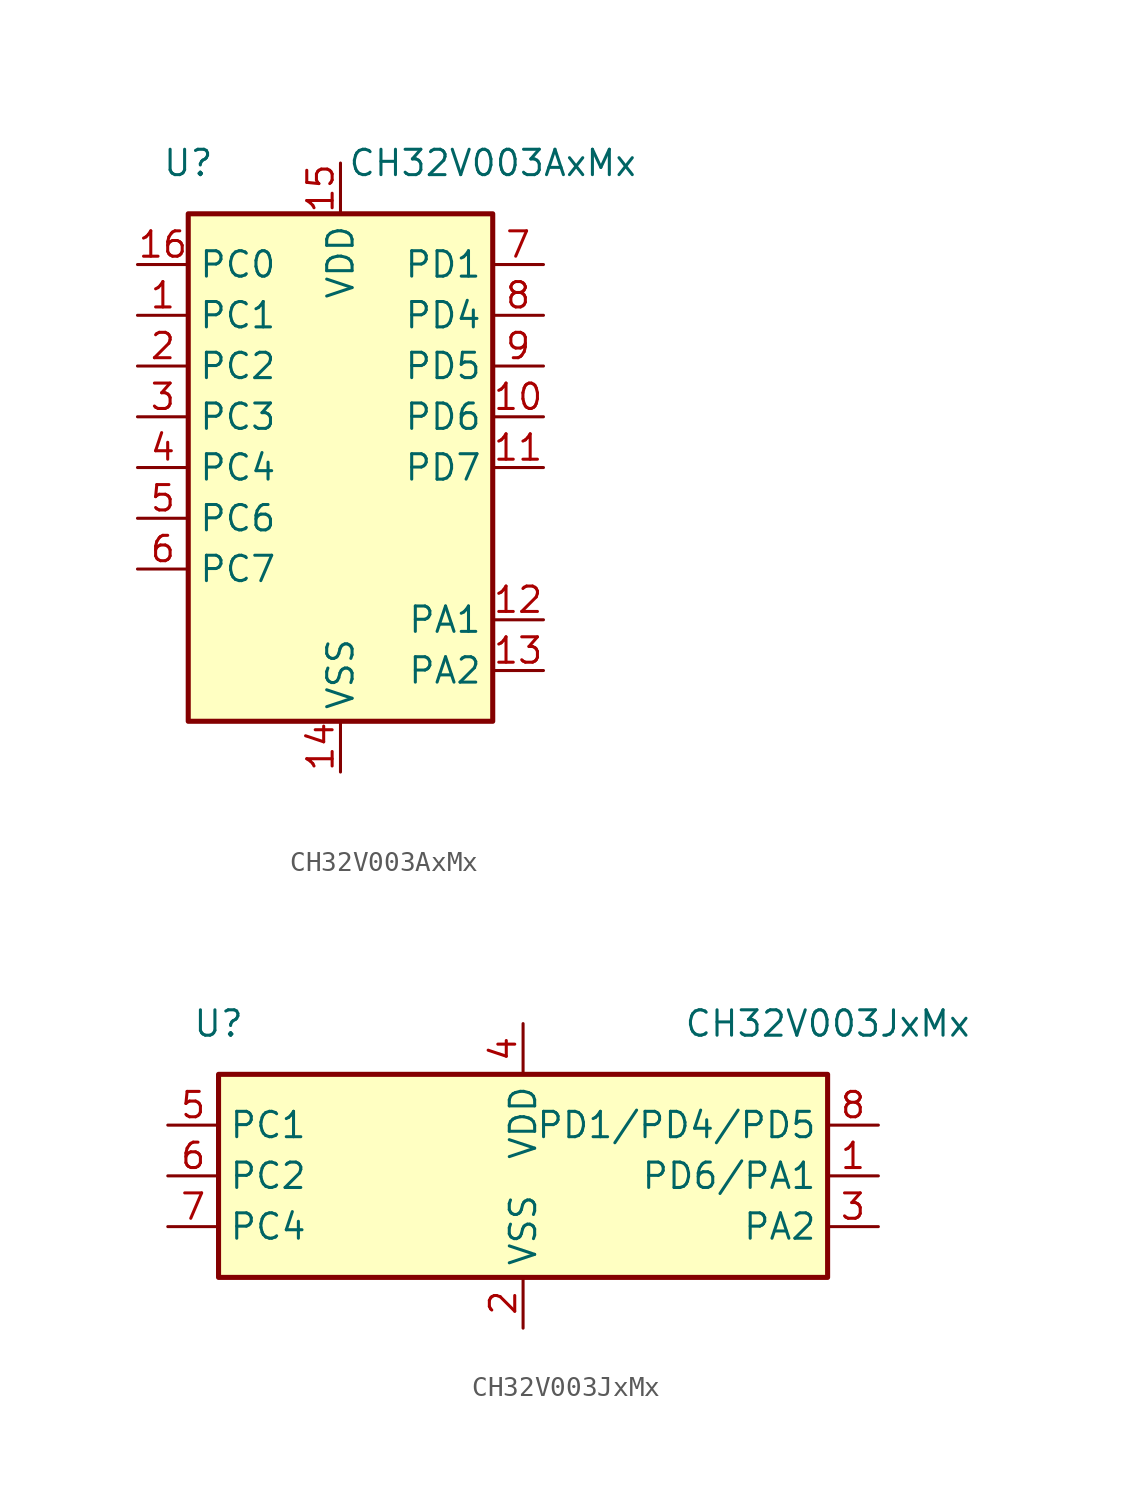
<source format=kicad_sym>
(kicad_symbol_lib
  (version 20241209)
  (generator "kicad_symbol_editor")
  (generator_version "9.0")
  (symbol "CH32V003AxMx"
    (property "Reference" "U"
      (at -7.62 15.24 0)
      (effects (font (size 1.27 1.27))))
    (property "Value" "CH32V003AxMx"
      (at 7.62 15.24 0)
      (effects (font (size 1.27 1.27))))
    (symbol "CH32V003AxMx_1_1"
      (rectangle (start -7.62 12.7) (end 7.62 -12.7) (stroke (width 0.254) (type default)) (fill (type background)))
      (pin bidirectional line (at -10.16 10.16 0) (length 2.54) (name "PC0" (effects (font (size 1.27 1.27)))) (number "16" (effects (font (size 1.27 1.27)))) (alternate "NSS_1" bidirectional line) (alternate "T1CH3_1" bidirectional line) (alternate "T2CH3" bidirectional line) (alternate "T2CH3_2" bidirectional line) (alternate "UTX_3" bidirectional line))
      (pin bidirectional line (at -10.16 7.62 0) (length 2.54) (name "PC1" (effects (font (size 1.27 1.27)))) (number "1" (effects (font (size 1.27 1.27)))) (alternate "NSS" bidirectional line) (alternate "SDA" bidirectional line) (alternate "T1BKIN_1" bidirectional line) (alternate "T1BKIN_3" bidirectional line) (alternate "T2CH1ETR_2" bidirectional line) (alternate "T2CH1ETR_3" bidirectional line) (alternate "T2CH4_1" bidirectional line) (alternate "URX_3" bidirectional line))
      (pin bidirectional line (at -10.16 5.08 0) (length 2.54) (name "PC2" (effects (font (size 1.27 1.27)))) (number "2" (effects (font (size 1.27 1.27)))) (alternate "AETR_1" bidirectional line) (alternate "SCL" bidirectional line) (alternate "T1BKIN" bidirectional line) (alternate "T1BKIN_2" bidirectional line) (alternate "T1ETR_3" bidirectional line) (alternate "T2CH2_1" bidirectional line) (alternate "URTS" bidirectional line) (alternate "URTS_1" bidirectional line))
      (pin bidirectional line (at -10.16 2.54 0) (length 2.54) (name "PC3" (effects (font (size 1.27 1.27)))) (number "3" (effects (font (size 1.27 1.27)))) (alternate "T1CH1N_1" bidirectional line) (alternate "T1CH1N_3" bidirectional line) (alternate "T1CH3" bidirectional line) (alternate "T1CH3_2" bidirectional line) (alternate "UCTS_1" bidirectional line))
      (pin bidirectional line (at -10.16 0 0) (length 2.54) (name "PC4" (effects (font (size 1.27 1.27)))) (number "4" (effects (font (size 1.27 1.27)))) (alternate "A2" bidirectional line) (alternate "MCO" bidirectional line) (alternate "T1CH1_3" bidirectional line) (alternate "T1CH2N_1" bidirectional line) (alternate "T1CH4" bidirectional line) (alternate "T1CH4_2" bidirectional line))
      (pin bidirectional line (at -10.16 -2.54 0) (length 2.54) (name "PC6" (effects (font (size 1.27 1.27)))) (number "5" (effects (font (size 1.27 1.27)))) (alternate "MOSI" bidirectional line) (alternate "MOSI_1" bidirectional line) (alternate "SDA_2" bidirectional line) (alternate "SDA_3" bidirectional line) (alternate "T1CH1_1" bidirectional line) (alternate "T1CH3N_3" bidirectional line) (alternate "UCTS_2" bidirectional line) (alternate "UCTS_3" bidirectional line))
      (pin bidirectional line (at -10.16 -5.08 0) (length 2.54) (name "PC7" (effects (font (size 1.27 1.27)))) (number "6" (effects (font (size 1.27 1.27)))) (alternate "MISO" bidirectional line) (alternate "MISO_1" bidirectional line) (alternate "T1CH2_1" bidirectional line) (alternate "T1CH2_3" bidirectional line) (alternate "T2CH2_3" bidirectional line) (alternate "URTS_2" bidirectional line) (alternate "URTS_3" bidirectional line))
      (pin power_in line (at 0 15.24 270) (length 2.54) (name "VDD" (effects (font (size 1.27 1.27)))) (number "15" (effects (font (size 1.27 1.27)))))
      (pin power_in line (at 0 -15.24 90) (length 2.54) (name "VSS" (effects (font (size 1.27 1.27)))) (number "14" (effects (font (size 1.27 1.27)))))
      (pin bidirectional line (at 10.16 10.16 180) (length 2.54) (name "PD1" (effects (font (size 1.27 1.27)))) (number "7" (effects (font (size 1.27 1.27)))) (alternate "AETR2" bidirectional line) (alternate "SCL_1" bidirectional line) (alternate "SWIO" bidirectional line) (alternate "T1CH3N" bidirectional line) (alternate "T1CH3N_1" bidirectional line) (alternate "T1CH3N_2" bidirectional line) (alternate "URX_1" bidirectional line))
      (pin bidirectional line (at 10.16 7.62 180) (length 2.54) (name "PD4" (effects (font (size 1.27 1.27)))) (number "8" (effects (font (size 1.27 1.27)))) (alternate "A7" bidirectional line) (alternate "OPO" bidirectional line) (alternate "T1CH4_3" bidirectional line) (alternate "T2CH1ETR" bidirectional line) (alternate "TIETR_2" bidirectional line) (alternate "UCK" bidirectional line))
      (pin bidirectional line (at 10.16 5.08 180) (length 2.54) (name "PD5" (effects (font (size 1.27 1.27)))) (number "9" (effects (font (size 1.27 1.27)))) (alternate "A5" bidirectional line) (alternate "T2CH4_3" bidirectional line) (alternate "URX_2" bidirectional line) (alternate "UTX" bidirectional line))
      (pin bidirectional line (at 10.16 2.54 180) (length 2.54) (name "PD6" (effects (font (size 1.27 1.27)))) (number "10" (effects (font (size 1.27 1.27)))) (alternate "A6" bidirectional line) (alternate "T2CH3_3" bidirectional line) (alternate "URX" bidirectional line) (alternate "UTX_2" bidirectional line))
      (pin bidirectional line (at 10.16 0 180) (length 2.54) (name "PD7" (effects (font (size 1.27 1.27)))) (number "11" (effects (font (size 1.27 1.27)))) (alternate "NRST" bidirectional line) (alternate "OPP1" bidirectional line) (alternate "T2CH4" bidirectional line) (alternate "T2CH4_2" bidirectional line) (alternate "UCK_1" bidirectional line) (alternate "UCK_2" bidirectional line))
      (pin bidirectional line (at 10.16 -7.62 180) (length 2.54) (name "PA1" (effects (font (size 1.27 1.27)))) (number "12" (effects (font (size 1.27 1.27)))) (alternate "A1" bidirectional line) (alternate "OPN0" bidirectional line) (alternate "OSCI" bidirectional line) (alternate "T1CH2" bidirectional line) (alternate "T1CH2_2" bidirectional line))
      (pin bidirectional line (at 10.16 -10.16 180) (length 2.54) (name "PA2" (effects (font (size 1.27 1.27)))) (number "13" (effects (font (size 1.27 1.27)))) (alternate "A0" bidirectional line) (alternate "AETR2_1" bidirectional line) (alternate "OPP0" bidirectional line) (alternate "OSCO" bidirectional line) (alternate "TICH2N" bidirectional line) (alternate "TICH2N_2" bidirectional line))))
  (symbol "CH32V003JxMx"
    (property "Reference" "U"
      (at -15.24 7.62 0)
      (effects (font (size 1.27 1.27))))
    (property "Value" "CH32V003JxMx"
      (at 15.24 7.62 0)
      (effects (font (size 1.27 1.27))))
    (symbol "CH32V003JxMx_1_1"
      (rectangle (start -15.24 5.08) (end 15.24 -5.08) (stroke (width 0.254) (type default)) (fill (type background)))
      (pin bidirectional line (at -17.78 2.54 0) (length 2.54) (name "PC1" (effects (font (size 1.27 1.27)))) (number "5" (effects (font (size 1.27 1.27)))) (alternate "NSS" bidirectional line) (alternate "SDA" bidirectional line) (alternate "T1BKIN_1" bidirectional line) (alternate "T1BKIN_3" bidirectional line) (alternate "T2CH1ETR_2" bidirectional line) (alternate "T2CH1ETR_3" bidirectional line) (alternate "T2CH4_1" bidirectional line) (alternate "URX_3" bidirectional line))
      (pin bidirectional line (at -17.78 0 0) (length 2.54) (name "PC2" (effects (font (size 1.27 1.27)))) (number "6" (effects (font (size 1.27 1.27)))) (alternate "AETR_1" bidirectional line) (alternate "SCL" bidirectional line) (alternate "T1BKIN" bidirectional line) (alternate "T1BKIN_2" bidirectional line) (alternate "T1ETR_3" bidirectional line) (alternate "T2CH2_1" bidirectional line) (alternate "URTS" bidirectional line) (alternate "URTS_1" bidirectional line))
      (pin bidirectional line (at -17.78 -2.54 0) (length 2.54) (name "PC4" (effects (font (size 1.27 1.27)))) (number "7" (effects (font (size 1.27 1.27)))) (alternate "A2" bidirectional line) (alternate "MCO" bidirectional line) (alternate "T1CH1_3" bidirectional line) (alternate "T1CH2N_1" bidirectional line) (alternate "T1CH4" bidirectional line) (alternate "T1CH4_2" bidirectional line))
      (pin power_in line (at 0 7.62 270) (length 2.54) (name "VDD" (effects (font (size 1.27 1.27)))) (number "4" (effects (font (size 1.27 1.27)))))
      (pin power_in line (at 0 -7.62 90) (length 2.54) (name "VSS" (effects (font (size 1.27 1.27)))) (number "2" (effects (font (size 1.27 1.27)))))
      (pin bidirectional line (at 17.78 2.54 180) (length 2.54) (name "PD1/PD4/PD5" (effects (font (size 1.27 1.27)))) (number "8" (effects (font (size 1.27 1.27)))) (alternate "A5" bidirectional line) (alternate "A7" bidirectional line) (alternate "AETR2" bidirectional line) (alternate "OPO" bidirectional line) (alternate "SCL_1" bidirectional line) (alternate "SWIO" bidirectional line) (alternate "T1CH3N" bidirectional line) (alternate "T1CH3N_1" bidirectional line) (alternate "T1CH3N_2" bidirectional line) (alternate "T1CH4_3" bidirectional line) (alternate "T2CH1ETR" bidirectional line) (alternate "T2CH4_3" bidirectional line) (alternate "TIETR_2" bidirectional line) (alternate "UCK" bidirectional line) (alternate "URX_1" bidirectional line) (alternate "URX_2" bidirectional line) (alternate "UTX" bidirectional line))
      (pin bidirectional line (at 17.78 0 180) (length 2.54) (name "PD6/PA1" (effects (font (size 1.27 1.27)))) (number "1" (effects (font (size 1.27 1.27)))) (alternate "A1" bidirectional line) (alternate "A6" bidirectional line) (alternate "OPN0" bidirectional line) (alternate "OSCI" bidirectional line) (alternate "T1CH2" bidirectional line) (alternate "T1CH2_2" bidirectional line) (alternate "T2CH3_3" bidirectional line) (alternate "URX" bidirectional line) (alternate "UTX_2" bidirectional line))
      (pin bidirectional line (at 17.78 -2.54 180) (length 2.54) (name "PA2" (effects (font (size 1.27 1.27)))) (number "3" (effects (font (size 1.27 1.27)))) (alternate "A0" bidirectional line) (alternate "AETR2_1" bidirectional line) (alternate "OPP0" bidirectional line) (alternate "OSCO" bidirectional line) (alternate "TICH2N" bidirectional line) (alternate "TICH2N_2" bidirectional line)))))
</source>
